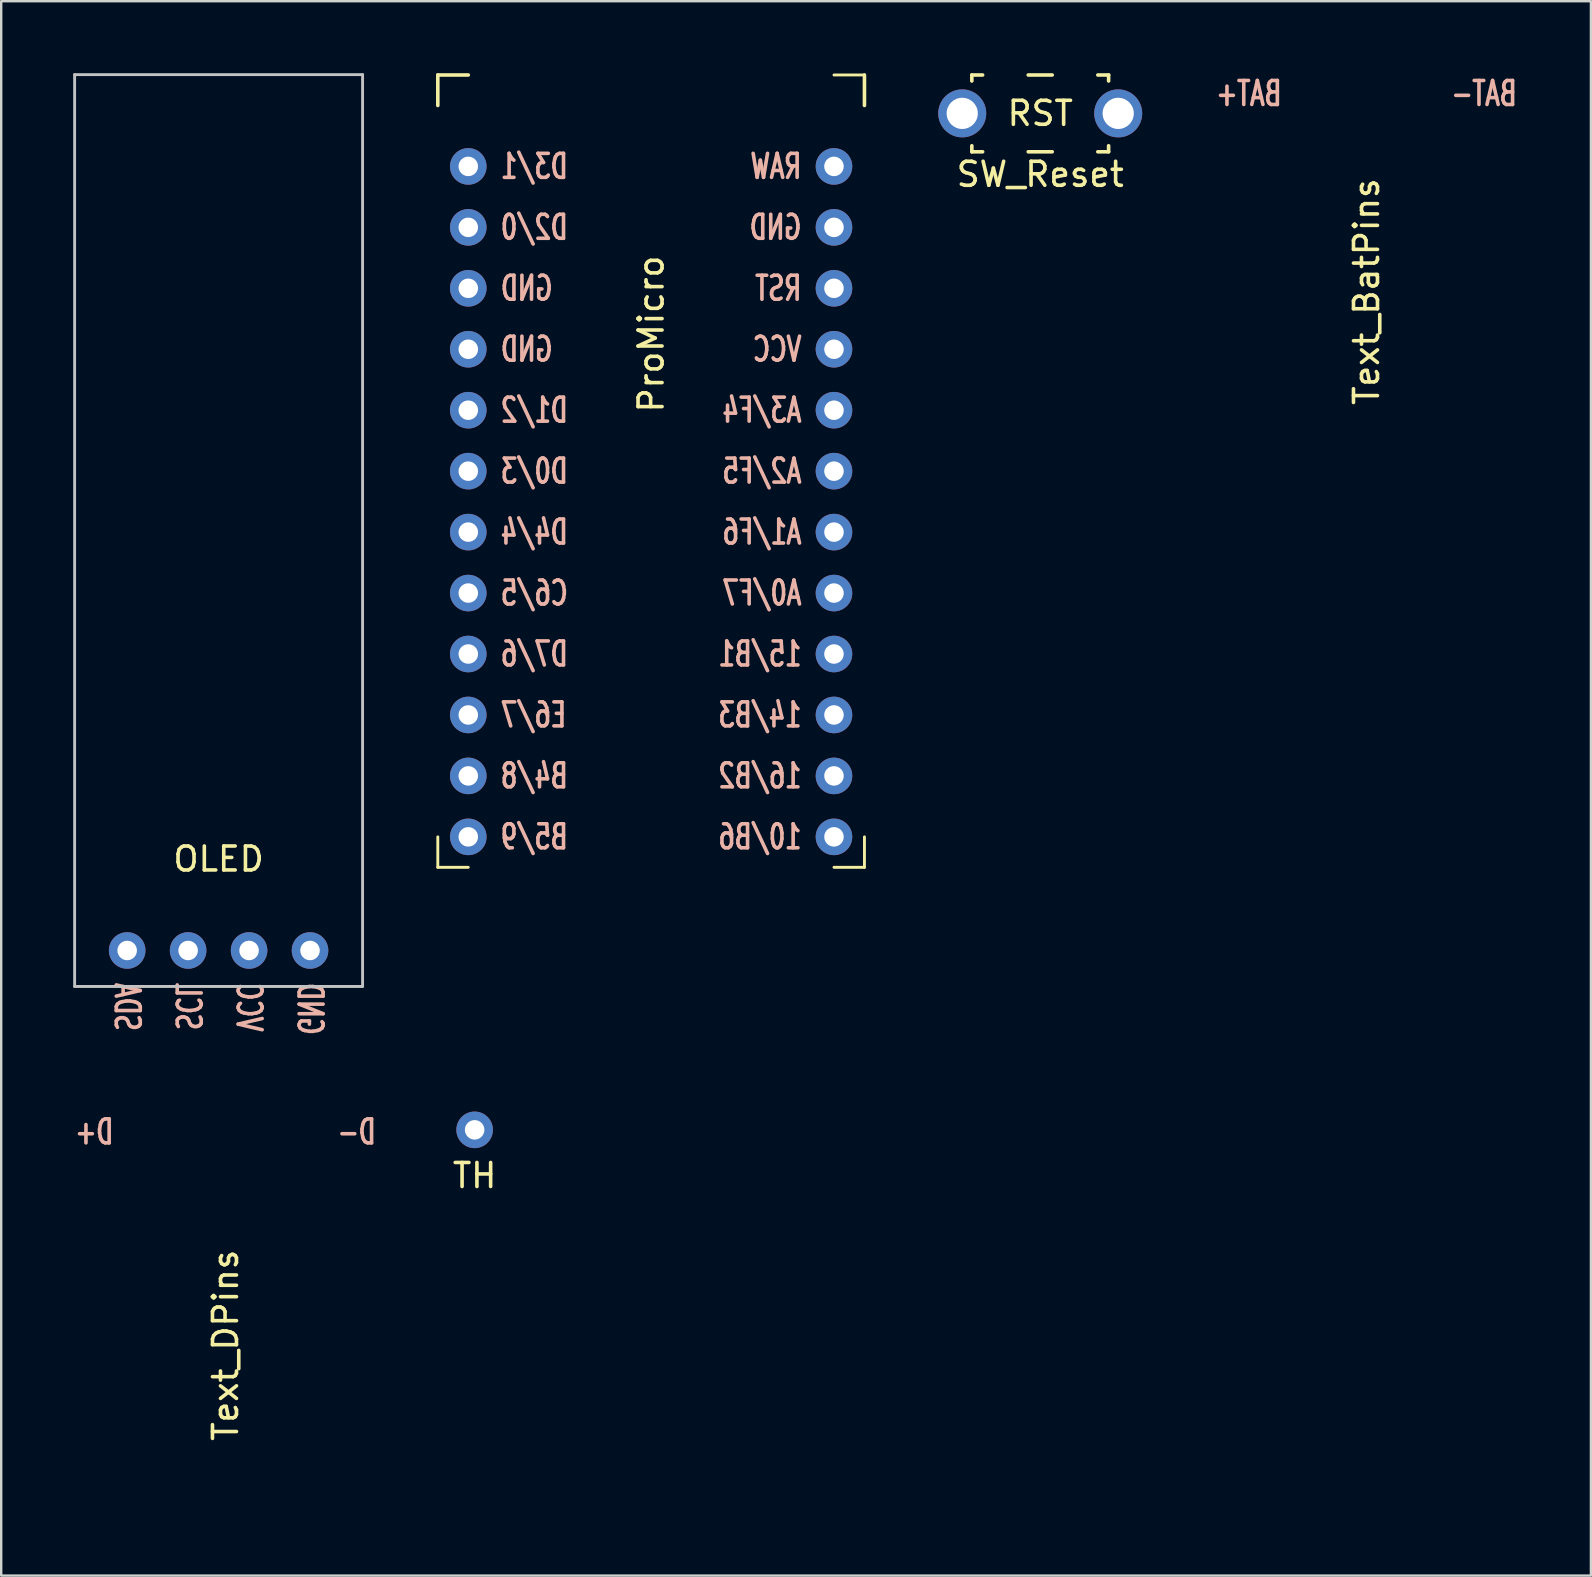
<source format=kicad_pcb>
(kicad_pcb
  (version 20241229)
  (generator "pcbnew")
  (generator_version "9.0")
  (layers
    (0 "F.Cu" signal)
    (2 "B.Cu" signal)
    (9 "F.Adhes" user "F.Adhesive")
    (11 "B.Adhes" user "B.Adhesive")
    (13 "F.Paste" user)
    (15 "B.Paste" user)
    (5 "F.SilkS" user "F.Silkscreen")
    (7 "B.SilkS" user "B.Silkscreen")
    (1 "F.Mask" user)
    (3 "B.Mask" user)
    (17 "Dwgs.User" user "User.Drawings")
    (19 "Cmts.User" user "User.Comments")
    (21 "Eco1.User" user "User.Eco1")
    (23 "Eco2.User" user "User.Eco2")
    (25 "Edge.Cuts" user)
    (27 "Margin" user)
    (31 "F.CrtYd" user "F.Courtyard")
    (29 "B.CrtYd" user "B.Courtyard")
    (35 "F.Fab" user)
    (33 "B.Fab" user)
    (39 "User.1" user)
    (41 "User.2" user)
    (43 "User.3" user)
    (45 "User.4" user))
  (footprint "ProMicro"
    (layer "F.Cu")
    (at 24.085 16.585)
    (property "Reference" "ProMicro" (at 0 -5.715 90) (unlocked yes) (layer "F.SilkS") (effects (font (size 1 1) (thickness 0.15))))
    (attr through_hole)
    (fp_line (start -8.89 -16.51) (end -8.89 -15.24) (stroke (width 0.15) (type solid)) (layer "F.SilkS"))
    (fp_line (start -8.89 -16.51) (end -7.62 -16.51) (stroke (width 0.15) (type solid)) (layer "F.SilkS"))
    (fp_line (start -8.89 16.51) (end -8.89 15.24) (stroke (width 0.12) (type solid)) (layer "F.SilkS"))
    (fp_line (start -8.89 16.51) (end -7.62 16.51) (stroke (width 0.12) (type solid)) (layer "F.SilkS"))
    (fp_line (start 8.89 -16.51) (end 7.62 -16.51) (stroke (width 0.12) (type solid)) (layer "F.SilkS"))
    (fp_line (start 8.89 -16.51) (end 8.89 -15.24) (stroke (width 0.15) (type solid)) (layer "F.SilkS"))
    (fp_line (start 8.89 16.51) (end 7.62 16.51) (stroke (width 0.12) (type solid)) (layer "F.SilkS"))
    (fp_line (start 8.89 16.51) (end 8.89 15.24) (stroke (width 0.12) (type solid)) (layer "F.SilkS"))
    (fp_text user "A1/F6" (at 6.35 2.54 0) (unlocked yes) (layer "B.SilkS") (effects (font (size 1 0.7) (thickness 0.15)) (justify left mirror)))
    (fp_text user "10/B6" (at 6.35 15.24 0) (unlocked yes) (layer "B.SilkS") (effects (font (size 1 0.7) (thickness 0.15)) (justify left mirror)))
    (fp_text user "D7/6" (at -6.35 7.62 0) (unlocked yes) (layer "B.SilkS") (effects (font (size 1 0.7) (thickness 0.15)) (justify right mirror)))
    (fp_text user "RAW" (at 6.35 -12.7 0) (unlocked yes) (layer "B.SilkS") (effects (font (size 1 0.7) (thickness 0.15)) (justify left mirror)))
    (fp_text user "B4/8" (at -6.35 12.7 0) (unlocked yes) (layer "B.SilkS") (effects (font (size 1 0.7) (thickness 0.15)) (justify right mirror)))
    (fp_text user "GND" (at -6.35 -5.08 0) (unlocked yes) (layer "B.SilkS") (effects (font (size 1 0.7) (thickness 0.15)) (justify right mirror)))
    (fp_text user "B5/9" (at -6.35 15.24 0) (unlocked yes) (layer "B.SilkS") (effects (font (size 1 0.7) (thickness 0.15)) (justify right mirror)))
    (fp_text user "RST" (at 6.35 -7.62 0) (unlocked yes) (layer "B.SilkS") (effects (font (size 1 0.7) (thickness 0.15)) (justify left mirror)))
    (fp_text user "D1/2" (at -6.35 -2.54 0) (unlocked yes) (layer "B.SilkS") (effects (font (size 1 0.7) (thickness 0.15)) (justify right mirror)))
    (fp_text user "A3/F4" (at 6.35 -2.54 0) (unlocked yes) (layer "B.SilkS") (effects (font (size 1 0.7) (thickness 0.15)) (justify left mirror)))
    (fp_text user "A0/F7" (at 6.35 5.08 0) (unlocked yes) (layer "B.SilkS") (effects (font (size 1 0.7) (thickness 0.15)) (justify left mirror)))
    (fp_text user "15/B1" (at 6.35 7.62 0) (unlocked yes) (layer "B.SilkS") (effects (font (size 1 0.7) (thickness 0.15)) (justify left mirror)))
    (fp_text user "D2/0" (at -6.35 -10.16 0) (unlocked yes) (layer "B.SilkS") (effects (font (size 1 0.7) (thickness 0.15)) (justify right mirror)))
    (fp_text user "D0/3" (at -6.35 0 0) (unlocked yes) (layer "B.SilkS") (effects (font (size 1 0.7) (thickness 0.15)) (justify right mirror)))
    (fp_text user "D4/4" (at -6.35 2.54 0) (unlocked yes) (layer "B.SilkS") (effects (font (size 1 0.7) (thickness 0.15)) (justify right mirror)))
    (fp_text user "14/B3" (at 6.35 10.16 0) (unlocked yes) (layer "B.SilkS") (effects (font (size 1 0.7) (thickness 0.15)) (justify left mirror)))
    (fp_text user "VCC" (at 6.35 -5.08 0) (unlocked yes) (layer "B.SilkS") (effects (font (size 1 0.7) (thickness 0.15)) (justify left mirror)))
    (fp_text user "E6/7" (at -6.35 10.16 0) (unlocked yes) (layer "B.SilkS") (effects (font (size 1 0.7) (thickness 0.15)) (justify right mirror)))
    (fp_text user "A2/F5" (at 6.35 0 0) (unlocked yes) (layer "B.SilkS") (effects (font (size 1 0.7) (thickness 0.15)) (justify left mirror)))
    (fp_text user "GND" (at 6.35 -10.16 0) (unlocked yes) (layer "B.SilkS") (effects (font (size 1 0.7) (thickness 0.15)) (justify left mirror)))
    (fp_text user "16/B2" (at 6.35 12.7 0) (unlocked yes) (layer "B.SilkS") (effects (font (size 1 0.7) (thickness 0.15)) (justify left mirror)))
    (fp_text user "GND" (at -6.35 -7.62 0) (unlocked yes) (layer "B.SilkS") (effects (font (size 1 0.7) (thickness 0.15)) (justify right mirror)))
    (fp_text user "C6/5" (at -6.35 5.08 0) (unlocked yes) (layer "B.SilkS") (effects (font (size 1 0.7) (thickness 0.15)) (justify right mirror)))
    (fp_text user "D3/1" (at -6.35 -12.7 0) (unlocked yes) (layer "B.SilkS") (effects (font (size 1 0.7) (thickness 0.15)) (justify right mirror)))
    (pad "1" thru_hole circle (at -7.62 -12.7) (size 1.524 1.524) (drill 0.813) (layers "*.Cu" "*.Mask"))
    (pad "2" thru_hole circle (at -7.62 -10.16) (size 1.524 1.524) (drill 0.813) (layers "*.Cu" "*.Mask"))
    (pad "3" thru_hole circle (at -7.62 -7.62) (size 1.524 1.524) (drill 0.813) (layers "*.Cu" "*.Mask"))
    (pad "4" thru_hole circle (at -7.62 -5.08) (size 1.524 1.524) (drill 0.813) (layers "*.Cu" "*.Mask"))
    (pad "5" thru_hole circle (at -7.62 -2.54) (size 1.524 1.524) (drill 0.813) (layers "*.Cu" "*.Mask"))
    (pad "6" thru_hole circle (at -7.62 0) (size 1.524 1.524) (drill 0.813) (layers "*.Cu" "*.Mask"))
    (pad "7" thru_hole circle (at -7.62 2.54) (size 1.524 1.524) (drill 0.813) (layers "*.Cu" "*.Mask"))
    (pad "8" thru_hole circle (at -7.62 5.08) (size 1.524 1.524) (drill 0.813) (layers "*.Cu" "*.Mask"))
    (pad "9" thru_hole circle (at -7.62 7.62) (size 1.524 1.524) (drill 0.813) (layers "*.Cu" "*.Mask"))
    (pad "10" thru_hole circle (at -7.62 10.16) (size 1.524 1.524) (drill 0.813) (layers "*.Cu" "*.Mask"))
    (pad "11" thru_hole circle (at -7.62 12.7) (size 1.524 1.524) (drill 0.813) (layers "*.Cu" "*.Mask"))
    (pad "12" thru_hole circle (at -7.62 15.24) (size 1.524 1.524) (drill 0.813) (layers "*.Cu" "*.Mask"))
    (pad "13" thru_hole circle (at 7.62 15.24) (size 1.524 1.524) (drill 0.813) (layers "*.Cu" "*.Mask"))
    (pad "14" thru_hole circle (at 7.62 12.7) (size 1.524 1.524) (drill 0.813) (layers "*.Cu" "*.Mask"))
    (pad "15" thru_hole circle (at 7.62 10.16) (size 1.524 1.524) (drill 0.813) (layers "*.Cu" "*.Mask"))
    (pad "16" thru_hole circle (at 7.62 7.62) (size 1.524 1.524) (drill 0.813) (layers "*.Cu" "*.Mask"))
    (pad "17" thru_hole circle (at 7.62 5.08) (size 1.524 1.524) (drill 0.813) (layers "*.Cu" "*.Mask"))
    (pad "18" thru_hole circle (at 7.62 2.54) (size 1.524 1.524) (drill 0.813) (layers "*.Cu" "*.Mask"))
    (pad "19" thru_hole circle (at 7.62 0) (size 1.524 1.524) (drill 0.813) (layers "*.Cu" "*.Mask"))
    (pad "20" thru_hole circle (at 7.62 -2.54) (size 1.524 1.524) (drill 0.813) (layers "*.Cu" "*.Mask"))
    (pad "21" thru_hole circle (at 7.62 -5.08) (size 1.524 1.524) (drill 0.813) (layers "*.Cu" "*.Mask"))
    (pad "22" thru_hole circle (at 7.62 -7.62) (size 1.524 1.524) (drill 0.813) (layers "*.Cu" "*.Mask"))
    (pad "23" thru_hole circle (at 7.62 -10.16) (size 1.524 1.524) (drill 0.813) (layers "*.Cu" "*.Mask"))
    (pad "24" thru_hole circle (at 7.62 -12.7) (size 1.524 1.524) (drill 0.813) (layers "*.Cu" "*.Mask")))
  (footprint "TH"
    (layer "F.Cu")
    (at 16.73 44.035)
    (property "Reference" "TH" (at 0 1.905 0) (unlocked yes) (layer "F.SilkS") (effects (font (size 1 1) (thickness 0.15))))
    (attr through_hole)
    (pad "1" thru_hole circle (at 0 0) (size 1.524 1.524) (drill 0.813) (layers "*.Cu" "*.Mask")))
  (footprint "Text_BatPins"
    (layer "F.Cu")
    (at 53.9 16.088)
    (property "Reference" "Text_BatPins" (at 0 -6.985 90) (unlocked yes) (layer "F.SilkS") (effects (font (size 1 1) (thickness 0.15))))
    (attr smd)
    (fp_text user "BAT-" (at 6.35 -15.24 0) (unlocked yes) (layer "B.SilkS") (effects (font (size 1 0.7) (thickness 0.15)) (justify left mirror)))
    (fp_text user "BAT+" (at -6.35 -15.24 0) (unlocked yes) (layer "B.SilkS") (effects (font (size 1 0.7) (thickness 0.15)) (justify right mirror))))
  (footprint "Text_DPins"
    (layer "F.Cu")
    (at 6.35 59.362)
    (property "Reference" "Text_DPins" (at 0 -6.35 90) (unlocked yes) (layer "F.SilkS") (effects (font (size 1 1) (thickness 0.15))))
    (attr smd)
    (fp_text user "D-" (at 6.35 -15.24 0) (unlocked yes) (layer "B.SilkS") (effects (font (size 1 0.7) (thickness 0.15)) (justify left mirror)))
    (fp_text user "D+" (at -6.35 -15.24 0) (unlocked yes) (layer "B.SilkS") (effects (font (size 1 0.7) (thickness 0.15)) (justify right mirror))))
  (footprint "OLED"
    (layer "F.Cu")
    (at 6.06 36.56)
    (property "Reference" "OLED" (at 0 -3.81 0) (unlocked yes) (layer "F.SilkS") (effects (font (size 1 1) (thickness 0.15))))
    (attr through_hole)
    (fp_line (start -6 -36.5) (end 6 -36.5) (stroke (width 0.12) (type solid)) (layer "Dwgs.User"))
    (fp_line (start -6 1.5) (end -6 -36.5) (stroke (width 0.12) (type solid)) (layer "Dwgs.User"))
    (fp_line (start -6 1.5) (end 6 1.5) (stroke (width 0.12) (type solid)) (layer "Dwgs.User"))
    (fp_line (start 6 1.5) (end 6 -36.5) (stroke (width 0.12) (type solid)) (layer "Dwgs.User"))
    (fp_text user "SCL" (at -1.27 1.27 270) (unlocked yes) (layer "B.SilkS") (effects (font (size 1 0.7) (thickness 0.15)) (justify right mirror)))
    (fp_text user "SDA" (at -3.81 1.27 270) (unlocked yes) (layer "B.SilkS") (effects (font (size 1 0.7) (thickness 0.15)) (justify right mirror)))
    (fp_text user "VCC" (at 1.27 1.27 270) (unlocked yes) (layer "B.SilkS") (effects (font (size 1 0.7) (thickness 0.15)) (justify right mirror)))
    (fp_text user "GND" (at 3.81 1.27 270) (unlocked yes) (layer "B.SilkS") (effects (font (size 1 0.7) (thickness 0.15)) (justify right mirror)))
    (pad "1" thru_hole circle (at -3.81 0) (size 1.524 1.524) (drill 0.813) (layers "*.Cu" "*.Mask"))
    (pad "2" thru_hole circle (at -1.27 0) (size 1.524 1.524) (drill 0.813) (layers "*.Cu" "*.Mask"))
    (pad "3" thru_hole circle (at 1.27 0) (size 1.524 1.524) (drill 0.813) (layers "*.Cu" "*.Mask"))
    (pad "4" thru_hole circle (at 3.81 0) (size 1.524 1.524) (drill 0.813) (layers "*.Cu" "*.Mask")))
  (footprint "SW_Reset"
    (layer "F.Cu")
    (at 40.3 1.675)
    (property "Reference" "SW_Reset" (at 0 2.54 0) (unlocked yes) (layer "F.SilkS") (effects (font (size 1 1) (thickness 0.15))))
    (attr through_hole)
    (fp_line (start -2.85 -1.6) (end -2.85 -1.35) (stroke (width 0.15) (type solid)) (layer "F.SilkS"))
    (fp_line (start -2.85 -1.6) (end -2.4 -1.6) (stroke (width 0.15) (type solid)) (layer "F.SilkS"))
    (fp_line (start -2.85 1.6) (end -2.85 1.35) (stroke (width 0.15) (type solid)) (layer "F.SilkS"))
    (fp_line (start -2.85 1.6) (end -2.4 1.6) (stroke (width 0.15) (type solid)) (layer "F.SilkS"))
    (fp_line (start -0.5 -1.6) (end 0.5 -1.6) (stroke (width 0.15) (type solid)) (layer "F.SilkS"))
    (fp_line (start -0.5 1.6) (end 0.5 1.6) (stroke (width 0.15) (type solid)) (layer "F.SilkS"))
    (fp_line (start 2.4 -1.6) (end 2.85 -1.6) (stroke (width 0.15) (type solid)) (layer "F.SilkS"))
    (fp_line (start 2.4 1.6) (end 2.85 1.6) (stroke (width 0.15) (type solid)) (layer "F.SilkS"))
    (fp_line (start 2.85 -1.6) (end 2.85 -1.35) (stroke (width 0.15) (type solid)) (layer "F.SilkS"))
    (fp_line (start 2.85 1.6) (end 2.85 1.35) (stroke (width 0.15) (type solid)) (layer "F.SilkS"))
    (fp_text user "RST" (at 0 0 0) (layer "F.SilkS") (effects (font (size 1 1) (thickness 0.15))))
    (pad "1" thru_hole circle (at -3.25 0) (size 2 2) (drill 1.3) (layers "*.Cu" "B.Mask"))
    (pad "2" thru_hole circle (at 3.25 0) (size 2 2) (drill 1.3) (layers "*.Cu" "B.Mask")))
  (gr_rect
    (start -3 -3)
    (end 63.25 62.612)
    (stroke (width 0.1) (type default))
    (fill no)
    (layer "Edge.Cuts")))
</source>
